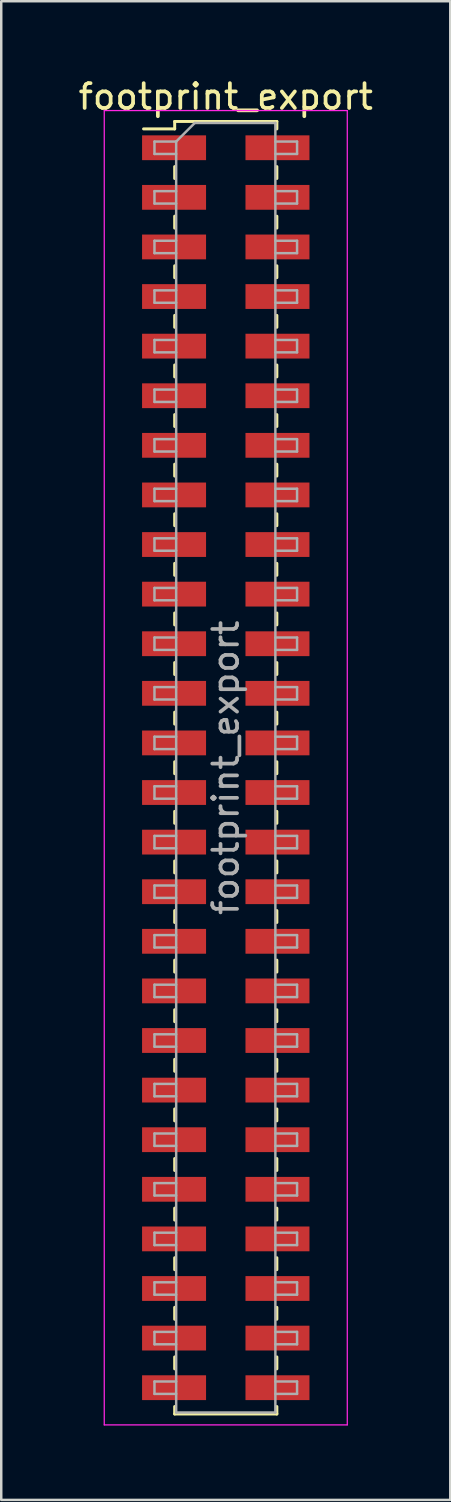
<source format=kicad_pcb>
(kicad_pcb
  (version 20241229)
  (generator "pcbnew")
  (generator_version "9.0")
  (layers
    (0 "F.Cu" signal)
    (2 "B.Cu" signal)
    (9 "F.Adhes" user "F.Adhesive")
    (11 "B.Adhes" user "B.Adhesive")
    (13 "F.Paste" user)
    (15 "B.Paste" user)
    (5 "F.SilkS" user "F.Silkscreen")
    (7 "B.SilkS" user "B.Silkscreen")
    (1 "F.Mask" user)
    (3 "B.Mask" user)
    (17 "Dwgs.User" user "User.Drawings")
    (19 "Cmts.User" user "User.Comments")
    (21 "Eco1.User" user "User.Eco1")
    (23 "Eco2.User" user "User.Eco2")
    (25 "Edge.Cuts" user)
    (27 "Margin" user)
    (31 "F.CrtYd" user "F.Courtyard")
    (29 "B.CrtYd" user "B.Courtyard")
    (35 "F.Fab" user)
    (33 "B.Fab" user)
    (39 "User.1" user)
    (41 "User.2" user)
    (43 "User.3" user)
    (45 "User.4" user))
  (footprint "footprint_export"
    (layer "F.Cu")
    (at 6.054 27.908)
    (property "Reference" "footprint_export" (at 0 -27.06 0) (layer "F.SilkS") (effects (font (size 1 1) (thickness 0.15))))
    (attr smd)
    (fp_line (start -3.315 -25.76) (end -2.06 -25.76) (stroke (width 0.12) (type solid)) (layer "F.SilkS"))
    (fp_line (start -2.06 -26.06) (end -2.06 -25.76) (stroke (width 0.12) (type solid)) (layer "F.SilkS"))
    (fp_line (start -2.06 -26.06) (end 2.06 -26.06) (stroke (width 0.12) (type solid)) (layer "F.SilkS"))
    (fp_line (start -2.06 -24.24) (end -2.06 -23.76) (stroke (width 0.12) (type solid)) (layer "F.SilkS"))
    (fp_line (start -2.06 -22.24) (end -2.06 -21.76) (stroke (width 0.12) (type solid)) (layer "F.SilkS"))
    (fp_line (start -2.06 -20.24) (end -2.06 -19.76) (stroke (width 0.12) (type solid)) (layer "F.SilkS"))
    (fp_line (start -2.06 -18.24) (end -2.06 -17.76) (stroke (width 0.12) (type solid)) (layer "F.SilkS"))
    (fp_line (start -2.06 -16.24) (end -2.06 -15.76) (stroke (width 0.12) (type solid)) (layer "F.SilkS"))
    (fp_line (start -2.06 -14.24) (end -2.06 -13.76) (stroke (width 0.12) (type solid)) (layer "F.SilkS"))
    (fp_line (start -2.06 -12.24) (end -2.06 -11.76) (stroke (width 0.12) (type solid)) (layer "F.SilkS"))
    (fp_line (start -2.06 -10.24) (end -2.06 -9.76) (stroke (width 0.12) (type solid)) (layer "F.SilkS"))
    (fp_line (start -2.06 -8.24) (end -2.06 -7.76) (stroke (width 0.12) (type solid)) (layer "F.SilkS"))
    (fp_line (start -2.06 -6.24) (end -2.06 -5.76) (stroke (width 0.12) (type solid)) (layer "F.SilkS"))
    (fp_line (start -2.06 -4.24) (end -2.06 -3.76) (stroke (width 0.12) (type solid)) (layer "F.SilkS"))
    (fp_line (start -2.06 -2.24) (end -2.06 -1.76) (stroke (width 0.12) (type solid)) (layer "F.SilkS"))
    (fp_line (start -2.06 -0.24) (end -2.06 0.24) (stroke (width 0.12) (type solid)) (layer "F.SilkS"))
    (fp_line (start -2.06 1.76) (end -2.06 2.24) (stroke (width 0.12) (type solid)) (layer "F.SilkS"))
    (fp_line (start -2.06 3.76) (end -2.06 4.24) (stroke (width 0.12) (type solid)) (layer "F.SilkS"))
    (fp_line (start -2.06 5.76) (end -2.06 6.24) (stroke (width 0.12) (type solid)) (layer "F.SilkS"))
    (fp_line (start -2.06 7.76) (end -2.06 8.24) (stroke (width 0.12) (type solid)) (layer "F.SilkS"))
    (fp_line (start -2.06 9.76) (end -2.06 10.24) (stroke (width 0.12) (type solid)) (layer "F.SilkS"))
    (fp_line (start -2.06 11.76) (end -2.06 12.24) (stroke (width 0.12) (type solid)) (layer "F.SilkS"))
    (fp_line (start -2.06 13.76) (end -2.06 14.24) (stroke (width 0.12) (type solid)) (layer "F.SilkS"))
    (fp_line (start -2.06 15.76) (end -2.06 16.24) (stroke (width 0.12) (type solid)) (layer "F.SilkS"))
    (fp_line (start -2.06 17.76) (end -2.06 18.24) (stroke (width 0.12) (type solid)) (layer "F.SilkS"))
    (fp_line (start -2.06 19.76) (end -2.06 20.24) (stroke (width 0.12) (type solid)) (layer "F.SilkS"))
    (fp_line (start -2.06 21.76) (end -2.06 22.24) (stroke (width 0.12) (type solid)) (layer "F.SilkS"))
    (fp_line (start -2.06 23.76) (end -2.06 24.24) (stroke (width 0.12) (type solid)) (layer "F.SilkS"))
    (fp_line (start -2.06 25.76) (end -2.06 26.06) (stroke (width 0.12) (type solid)) (layer "F.SilkS"))
    (fp_line (start -2.06 26.06) (end 2.06 26.06) (stroke (width 0.12) (type solid)) (layer "F.SilkS"))
    (fp_line (start 2.06 -26.06) (end 2.06 -25.76) (stroke (width 0.12) (type solid)) (layer "F.SilkS"))
    (fp_line (start 2.06 -24.24) (end 2.06 -23.76) (stroke (width 0.12) (type solid)) (layer "F.SilkS"))
    (fp_line (start 2.06 -22.24) (end 2.06 -21.76) (stroke (width 0.12) (type solid)) (layer "F.SilkS"))
    (fp_line (start 2.06 -20.24) (end 2.06 -19.76) (stroke (width 0.12) (type solid)) (layer "F.SilkS"))
    (fp_line (start 2.06 -18.24) (end 2.06 -17.76) (stroke (width 0.12) (type solid)) (layer "F.SilkS"))
    (fp_line (start 2.06 -16.24) (end 2.06 -15.76) (stroke (width 0.12) (type solid)) (layer "F.SilkS"))
    (fp_line (start 2.06 -14.24) (end 2.06 -13.76) (stroke (width 0.12) (type solid)) (layer "F.SilkS"))
    (fp_line (start 2.06 -12.24) (end 2.06 -11.76) (stroke (width 0.12) (type solid)) (layer "F.SilkS"))
    (fp_line (start 2.06 -10.24) (end 2.06 -9.76) (stroke (width 0.12) (type solid)) (layer "F.SilkS"))
    (fp_line (start 2.06 -8.24) (end 2.06 -7.76) (stroke (width 0.12) (type solid)) (layer "F.SilkS"))
    (fp_line (start 2.06 -6.24) (end 2.06 -5.76) (stroke (width 0.12) (type solid)) (layer "F.SilkS"))
    (fp_line (start 2.06 -4.24) (end 2.06 -3.76) (stroke (width 0.12) (type solid)) (layer "F.SilkS"))
    (fp_line (start 2.06 -2.24) (end 2.06 -1.76) (stroke (width 0.12) (type solid)) (layer "F.SilkS"))
    (fp_line (start 2.06 -0.24) (end 2.06 0.24) (stroke (width 0.12) (type solid)) (layer "F.SilkS"))
    (fp_line (start 2.06 1.76) (end 2.06 2.24) (stroke (width 0.12) (type solid)) (layer "F.SilkS"))
    (fp_line (start 2.06 3.76) (end 2.06 4.24) (stroke (width 0.12) (type solid)) (layer "F.SilkS"))
    (fp_line (start 2.06 5.76) (end 2.06 6.24) (stroke (width 0.12) (type solid)) (layer "F.SilkS"))
    (fp_line (start 2.06 7.76) (end 2.06 8.24) (stroke (width 0.12) (type solid)) (layer "F.SilkS"))
    (fp_line (start 2.06 9.76) (end 2.06 10.24) (stroke (width 0.12) (type solid)) (layer "F.SilkS"))
    (fp_line (start 2.06 11.76) (end 2.06 12.24) (stroke (width 0.12) (type solid)) (layer "F.SilkS"))
    (fp_line (start 2.06 13.76) (end 2.06 14.24) (stroke (width 0.12) (type solid)) (layer "F.SilkS"))
    (fp_line (start 2.06 15.76) (end 2.06 16.24) (stroke (width 0.12) (type solid)) (layer "F.SilkS"))
    (fp_line (start 2.06 17.76) (end 2.06 18.24) (stroke (width 0.12) (type solid)) (layer "F.SilkS"))
    (fp_line (start 2.06 19.76) (end 2.06 20.24) (stroke (width 0.12) (type solid)) (layer "F.SilkS"))
    (fp_line (start 2.06 21.76) (end 2.06 22.24) (stroke (width 0.12) (type solid)) (layer "F.SilkS"))
    (fp_line (start 2.06 23.76) (end 2.06 24.24) (stroke (width 0.12) (type solid)) (layer "F.SilkS"))
    (fp_line (start 2.06 25.76) (end 2.06 26.06) (stroke (width 0.12) (type solid)) (layer "F.SilkS"))
    (fp_line (start -4.9 -26.5) (end -4.9 26.5) (stroke (width 0.05) (type solid)) (layer "F.CrtYd"))
    (fp_line (start -4.9 26.5) (end 4.9 26.5) (stroke (width 0.05) (type solid)) (layer "F.CrtYd"))
    (fp_line (start 4.9 -26.5) (end -4.9 -26.5) (stroke (width 0.05) (type solid)) (layer "F.CrtYd"))
    (fp_line (start 4.9 26.5) (end 4.9 -26.5) (stroke (width 0.05) (type solid)) (layer "F.CrtYd"))
    (fp_line (start -2.875 -25.25) (end -2.875 -24.75) (stroke (width 0.1) (type solid)) (layer "F.Fab"))
    (fp_line (start -2.875 -24.75) (end -2 -24.75) (stroke (width 0.1) (type solid)) (layer "F.Fab"))
    (fp_line (start -2.875 -23.25) (end -2.875 -22.75) (stroke (width 0.1) (type solid)) (layer "F.Fab"))
    (fp_line (start -2.875 -22.75) (end -2 -22.75) (stroke (width 0.1) (type solid)) (layer "F.Fab"))
    (fp_line (start -2.875 -21.25) (end -2.875 -20.75) (stroke (width 0.1) (type solid)) (layer "F.Fab"))
    (fp_line (start -2.875 -20.75) (end -2 -20.75) (stroke (width 0.1) (type solid)) (layer "F.Fab"))
    (fp_line (start -2.875 -19.25) (end -2.875 -18.75) (stroke (width 0.1) (type solid)) (layer "F.Fab"))
    (fp_line (start -2.875 -18.75) (end -2 -18.75) (stroke (width 0.1) (type solid)) (layer "F.Fab"))
    (fp_line (start -2.875 -17.25) (end -2.875 -16.75) (stroke (width 0.1) (type solid)) (layer "F.Fab"))
    (fp_line (start -2.875 -16.75) (end -2 -16.75) (stroke (width 0.1) (type solid)) (layer "F.Fab"))
    (fp_line (start -2.875 -15.25) (end -2.875 -14.75) (stroke (width 0.1) (type solid)) (layer "F.Fab"))
    (fp_line (start -2.875 -14.75) (end -2 -14.75) (stroke (width 0.1) (type solid)) (layer "F.Fab"))
    (fp_line (start -2.875 -13.25) (end -2.875 -12.75) (stroke (width 0.1) (type solid)) (layer "F.Fab"))
    (fp_line (start -2.875 -12.75) (end -2 -12.75) (stroke (width 0.1) (type solid)) (layer "F.Fab"))
    (fp_line (start -2.875 -11.25) (end -2.875 -10.75) (stroke (width 0.1) (type solid)) (layer "F.Fab"))
    (fp_line (start -2.875 -10.75) (end -2 -10.75) (stroke (width 0.1) (type solid)) (layer "F.Fab"))
    (fp_line (start -2.875 -9.25) (end -2.875 -8.75) (stroke (width 0.1) (type solid)) (layer "F.Fab"))
    (fp_line (start -2.875 -8.75) (end -2 -8.75) (stroke (width 0.1) (type solid)) (layer "F.Fab"))
    (fp_line (start -2.875 -7.25) (end -2.875 -6.75) (stroke (width 0.1) (type solid)) (layer "F.Fab"))
    (fp_line (start -2.875 -6.75) (end -2 -6.75) (stroke (width 0.1) (type solid)) (layer "F.Fab"))
    (fp_line (start -2.875 -5.25) (end -2.875 -4.75) (stroke (width 0.1) (type solid)) (layer "F.Fab"))
    (fp_line (start -2.875 -4.75) (end -2 -4.75) (stroke (width 0.1) (type solid)) (layer "F.Fab"))
    (fp_line (start -2.875 -3.25) (end -2.875 -2.75) (stroke (width 0.1) (type solid)) (layer "F.Fab"))
    (fp_line (start -2.875 -2.75) (end -2 -2.75) (stroke (width 0.1) (type solid)) (layer "F.Fab"))
    (fp_line (start -2.875 -1.25) (end -2.875 -0.75) (stroke (width 0.1) (type solid)) (layer "F.Fab"))
    (fp_line (start -2.875 -0.75) (end -2 -0.75) (stroke (width 0.1) (type solid)) (layer "F.Fab"))
    (fp_line (start -2.875 0.75) (end -2.875 1.25) (stroke (width 0.1) (type solid)) (layer "F.Fab"))
    (fp_line (start -2.875 1.25) (end -2 1.25) (stroke (width 0.1) (type solid)) (layer "F.Fab"))
    (fp_line (start -2.875 2.75) (end -2.875 3.25) (stroke (width 0.1) (type solid)) (layer "F.Fab"))
    (fp_line (start -2.875 3.25) (end -2 3.25) (stroke (width 0.1) (type solid)) (layer "F.Fab"))
    (fp_line (start -2.875 4.75) (end -2.875 5.25) (stroke (width 0.1) (type solid)) (layer "F.Fab"))
    (fp_line (start -2.875 5.25) (end -2 5.25) (stroke (width 0.1) (type solid)) (layer "F.Fab"))
    (fp_line (start -2.875 6.75) (end -2.875 7.25) (stroke (width 0.1) (type solid)) (layer "F.Fab"))
    (fp_line (start -2.875 7.25) (end -2 7.25) (stroke (width 0.1) (type solid)) (layer "F.Fab"))
    (fp_line (start -2.875 8.75) (end -2.875 9.25) (stroke (width 0.1) (type solid)) (layer "F.Fab"))
    (fp_line (start -2.875 9.25) (end -2 9.25) (stroke (width 0.1) (type solid)) (layer "F.Fab"))
    (fp_line (start -2.875 10.75) (end -2.875 11.25) (stroke (width 0.1) (type solid)) (layer "F.Fab"))
    (fp_line (start -2.875 11.25) (end -2 11.25) (stroke (width 0.1) (type solid)) (layer "F.Fab"))
    (fp_line (start -2.875 12.75) (end -2.875 13.25) (stroke (width 0.1) (type solid)) (layer "F.Fab"))
    (fp_line (start -2.875 13.25) (end -2 13.25) (stroke (width 0.1) (type solid)) (layer "F.Fab"))
    (fp_line (start -2.875 14.75) (end -2.875 15.25) (stroke (width 0.1) (type solid)) (layer "F.Fab"))
    (fp_line (start -2.875 15.25) (end -2 15.25) (stroke (width 0.1) (type solid)) (layer "F.Fab"))
    (fp_line (start -2.875 16.75) (end -2.875 17.25) (stroke (width 0.1) (type solid)) (layer "F.Fab"))
    (fp_line (start -2.875 17.25) (end -2 17.25) (stroke (width 0.1) (type solid)) (layer "F.Fab"))
    (fp_line (start -2.875 18.75) (end -2.875 19.25) (stroke (width 0.1) (type solid)) (layer "F.Fab"))
    (fp_line (start -2.875 19.25) (end -2 19.25) (stroke (width 0.1) (type solid)) (layer "F.Fab"))
    (fp_line (start -2.875 20.75) (end -2.875 21.25) (stroke (width 0.1) (type solid)) (layer "F.Fab"))
    (fp_line (start -2.875 21.25) (end -2 21.25) (stroke (width 0.1) (type solid)) (layer "F.Fab"))
    (fp_line (start -2.875 22.75) (end -2.875 23.25) (stroke (width 0.1) (type solid)) (layer "F.Fab"))
    (fp_line (start -2.875 23.25) (end -2 23.25) (stroke (width 0.1) (type solid)) (layer "F.Fab"))
    (fp_line (start -2.875 24.75) (end -2.875 25.25) (stroke (width 0.1) (type solid)) (layer "F.Fab"))
    (fp_line (start -2.875 25.25) (end -2 25.25) (stroke (width 0.1) (type solid)) (layer "F.Fab"))
    (fp_line (start -2 -25.25) (end -2.875 -25.25) (stroke (width 0.1) (type solid)) (layer "F.Fab"))
    (fp_line (start -2 -25.25) (end -1.25 -26) (stroke (width 0.1) (type solid)) (layer "F.Fab"))
    (fp_line (start -2 -23.25) (end -2.875 -23.25) (stroke (width 0.1) (type solid)) (layer "F.Fab"))
    (fp_line (start -2 -21.25) (end -2.875 -21.25) (stroke (width 0.1) (type solid)) (layer "F.Fab"))
    (fp_line (start -2 -19.25) (end -2.875 -19.25) (stroke (width 0.1) (type solid)) (layer "F.Fab"))
    (fp_line (start -2 -17.25) (end -2.875 -17.25) (stroke (width 0.1) (type solid)) (layer "F.Fab"))
    (fp_line (start -2 -15.25) (end -2.875 -15.25) (stroke (width 0.1) (type solid)) (layer "F.Fab"))
    (fp_line (start -2 -13.25) (end -2.875 -13.25) (stroke (width 0.1) (type solid)) (layer "F.Fab"))
    (fp_line (start -2 -11.25) (end -2.875 -11.25) (stroke (width 0.1) (type solid)) (layer "F.Fab"))
    (fp_line (start -2 -9.25) (end -2.875 -9.25) (stroke (width 0.1) (type solid)) (layer "F.Fab"))
    (fp_line (start -2 -7.25) (end -2.875 -7.25) (stroke (width 0.1) (type solid)) (layer "F.Fab"))
    (fp_line (start -2 -5.25) (end -2.875 -5.25) (stroke (width 0.1) (type solid)) (layer "F.Fab"))
    (fp_line (start -2 -3.25) (end -2.875 -3.25) (stroke (width 0.1) (type solid)) (layer "F.Fab"))
    (fp_line (start -2 -1.25) (end -2.875 -1.25) (stroke (width 0.1) (type solid)) (layer "F.Fab"))
    (fp_line (start -2 0.75) (end -2.875 0.75) (stroke (width 0.1) (type solid)) (layer "F.Fab"))
    (fp_line (start -2 2.75) (end -2.875 2.75) (stroke (width 0.1) (type solid)) (layer "F.Fab"))
    (fp_line (start -2 4.75) (end -2.875 4.75) (stroke (width 0.1) (type solid)) (layer "F.Fab"))
    (fp_line (start -2 6.75) (end -2.875 6.75) (stroke (width 0.1) (type solid)) (layer "F.Fab"))
    (fp_line (start -2 8.75) (end -2.875 8.75) (stroke (width 0.1) (type solid)) (layer "F.Fab"))
    (fp_line (start -2 10.75) (end -2.875 10.75) (stroke (width 0.1) (type solid)) (layer "F.Fab"))
    (fp_line (start -2 12.75) (end -2.875 12.75) (stroke (width 0.1) (type solid)) (layer "F.Fab"))
    (fp_line (start -2 14.75) (end -2.875 14.75) (stroke (width 0.1) (type solid)) (layer "F.Fab"))
    (fp_line (start -2 16.75) (end -2.875 16.75) (stroke (width 0.1) (type solid)) (layer "F.Fab"))
    (fp_line (start -2 18.75) (end -2.875 18.75) (stroke (width 0.1) (type solid)) (layer "F.Fab"))
    (fp_line (start -2 20.75) (end -2.875 20.75) (stroke (width 0.1) (type solid)) (layer "F.Fab"))
    (fp_line (start -2 22.75) (end -2.875 22.75) (stroke (width 0.1) (type solid)) (layer "F.Fab"))
    (fp_line (start -2 24.75) (end -2.875 24.75) (stroke (width 0.1) (type solid)) (layer "F.Fab"))
    (fp_line (start -2 26) (end -2 -25.25) (stroke (width 0.1) (type solid)) (layer "F.Fab"))
    (fp_line (start -1.25 -26) (end 2 -26) (stroke (width 0.1) (type solid)) (layer "F.Fab"))
    (fp_line (start 2 -26) (end 2 26) (stroke (width 0.1) (type solid)) (layer "F.Fab"))
    (fp_line (start 2 -25.25) (end 2.875 -25.25) (stroke (width 0.1) (type solid)) (layer "F.Fab"))
    (fp_line (start 2 -23.25) (end 2.875 -23.25) (stroke (width 0.1) (type solid)) (layer "F.Fab"))
    (fp_line (start 2 -21.25) (end 2.875 -21.25) (stroke (width 0.1) (type solid)) (layer "F.Fab"))
    (fp_line (start 2 -19.25) (end 2.875 -19.25) (stroke (width 0.1) (type solid)) (layer "F.Fab"))
    (fp_line (start 2 -17.25) (end 2.875 -17.25) (stroke (width 0.1) (type solid)) (layer "F.Fab"))
    (fp_line (start 2 -15.25) (end 2.875 -15.25) (stroke (width 0.1) (type solid)) (layer "F.Fab"))
    (fp_line (start 2 -13.25) (end 2.875 -13.25) (stroke (width 0.1) (type solid)) (layer "F.Fab"))
    (fp_line (start 2 -11.25) (end 2.875 -11.25) (stroke (width 0.1) (type solid)) (layer "F.Fab"))
    (fp_line (start 2 -9.25) (end 2.875 -9.25) (stroke (width 0.1) (type solid)) (layer "F.Fab"))
    (fp_line (start 2 -7.25) (end 2.875 -7.25) (stroke (width 0.1) (type solid)) (layer "F.Fab"))
    (fp_line (start 2 -5.25) (end 2.875 -5.25) (stroke (width 0.1) (type solid)) (layer "F.Fab"))
    (fp_line (start 2 -3.25) (end 2.875 -3.25) (stroke (width 0.1) (type solid)) (layer "F.Fab"))
    (fp_line (start 2 -1.25) (end 2.875 -1.25) (stroke (width 0.1) (type solid)) (layer "F.Fab"))
    (fp_line (start 2 0.75) (end 2.875 0.75) (stroke (width 0.1) (type solid)) (layer "F.Fab"))
    (fp_line (start 2 2.75) (end 2.875 2.75) (stroke (width 0.1) (type solid)) (layer "F.Fab"))
    (fp_line (start 2 4.75) (end 2.875 4.75) (stroke (width 0.1) (type solid)) (layer "F.Fab"))
    (fp_line (start 2 6.75) (end 2.875 6.75) (stroke (width 0.1) (type solid)) (layer "F.Fab"))
    (fp_line (start 2 8.75) (end 2.875 8.75) (stroke (width 0.1) (type solid)) (layer "F.Fab"))
    (fp_line (start 2 10.75) (end 2.875 10.75) (stroke (width 0.1) (type solid)) (layer "F.Fab"))
    (fp_line (start 2 12.75) (end 2.875 12.75) (stroke (width 0.1) (type solid)) (layer "F.Fab"))
    (fp_line (start 2 14.75) (end 2.875 14.75) (stroke (width 0.1) (type solid)) (layer "F.Fab"))
    (fp_line (start 2 16.75) (end 2.875 16.75) (stroke (width 0.1) (type solid)) (layer "F.Fab"))
    (fp_line (start 2 18.75) (end 2.875 18.75) (stroke (width 0.1) (type solid)) (layer "F.Fab"))
    (fp_line (start 2 20.75) (end 2.875 20.75) (stroke (width 0.1) (type solid)) (layer "F.Fab"))
    (fp_line (start 2 22.75) (end 2.875 22.75) (stroke (width 0.1) (type solid)) (layer "F.Fab"))
    (fp_line (start 2 24.75) (end 2.875 24.75) (stroke (width 0.1) (type solid)) (layer "F.Fab"))
    (fp_line (start 2 26) (end -2 26) (stroke (width 0.1) (type solid)) (layer "F.Fab"))
    (fp_line (start 2.875 -25.25) (end 2.875 -24.75) (stroke (width 0.1) (type solid)) (layer "F.Fab"))
    (fp_line (start 2.875 -24.75) (end 2 -24.75) (stroke (width 0.1) (type solid)) (layer "F.Fab"))
    (fp_line (start 2.875 -23.25) (end 2.875 -22.75) (stroke (width 0.1) (type solid)) (layer "F.Fab"))
    (fp_line (start 2.875 -22.75) (end 2 -22.75) (stroke (width 0.1) (type solid)) (layer "F.Fab"))
    (fp_line (start 2.875 -21.25) (end 2.875 -20.75) (stroke (width 0.1) (type solid)) (layer "F.Fab"))
    (fp_line (start 2.875 -20.75) (end 2 -20.75) (stroke (width 0.1) (type solid)) (layer "F.Fab"))
    (fp_line (start 2.875 -19.25) (end 2.875 -18.75) (stroke (width 0.1) (type solid)) (layer "F.Fab"))
    (fp_line (start 2.875 -18.75) (end 2 -18.75) (stroke (width 0.1) (type solid)) (layer "F.Fab"))
    (fp_line (start 2.875 -17.25) (end 2.875 -16.75) (stroke (width 0.1) (type solid)) (layer "F.Fab"))
    (fp_line (start 2.875 -16.75) (end 2 -16.75) (stroke (width 0.1) (type solid)) (layer "F.Fab"))
    (fp_line (start 2.875 -15.25) (end 2.875 -14.75) (stroke (width 0.1) (type solid)) (layer "F.Fab"))
    (fp_line (start 2.875 -14.75) (end 2 -14.75) (stroke (width 0.1) (type solid)) (layer "F.Fab"))
    (fp_line (start 2.875 -13.25) (end 2.875 -12.75) (stroke (width 0.1) (type solid)) (layer "F.Fab"))
    (fp_line (start 2.875 -12.75) (end 2 -12.75) (stroke (width 0.1) (type solid)) (layer "F.Fab"))
    (fp_line (start 2.875 -11.25) (end 2.875 -10.75) (stroke (width 0.1) (type solid)) (layer "F.Fab"))
    (fp_line (start 2.875 -10.75) (end 2 -10.75) (stroke (width 0.1) (type solid)) (layer "F.Fab"))
    (fp_line (start 2.875 -9.25) (end 2.875 -8.75) (stroke (width 0.1) (type solid)) (layer "F.Fab"))
    (fp_line (start 2.875 -8.75) (end 2 -8.75) (stroke (width 0.1) (type solid)) (layer "F.Fab"))
    (fp_line (start 2.875 -7.25) (end 2.875 -6.75) (stroke (width 0.1) (type solid)) (layer "F.Fab"))
    (fp_line (start 2.875 -6.75) (end 2 -6.75) (stroke (width 0.1) (type solid)) (layer "F.Fab"))
    (fp_line (start 2.875 -5.25) (end 2.875 -4.75) (stroke (width 0.1) (type solid)) (layer "F.Fab"))
    (fp_line (start 2.875 -4.75) (end 2 -4.75) (stroke (width 0.1) (type solid)) (layer "F.Fab"))
    (fp_line (start 2.875 -3.25) (end 2.875 -2.75) (stroke (width 0.1) (type solid)) (layer "F.Fab"))
    (fp_line (start 2.875 -2.75) (end 2 -2.75) (stroke (width 0.1) (type solid)) (layer "F.Fab"))
    (fp_line (start 2.875 -1.25) (end 2.875 -0.75) (stroke (width 0.1) (type solid)) (layer "F.Fab"))
    (fp_line (start 2.875 -0.75) (end 2 -0.75) (stroke (width 0.1) (type solid)) (layer "F.Fab"))
    (fp_line (start 2.875 0.75) (end 2.875 1.25) (stroke (width 0.1) (type solid)) (layer "F.Fab"))
    (fp_line (start 2.875 1.25) (end 2 1.25) (stroke (width 0.1) (type solid)) (layer "F.Fab"))
    (fp_line (start 2.875 2.75) (end 2.875 3.25) (stroke (width 0.1) (type solid)) (layer "F.Fab"))
    (fp_line (start 2.875 3.25) (end 2 3.25) (stroke (width 0.1) (type solid)) (layer "F.Fab"))
    (fp_line (start 2.875 4.75) (end 2.875 5.25) (stroke (width 0.1) (type solid)) (layer "F.Fab"))
    (fp_line (start 2.875 5.25) (end 2 5.25) (stroke (width 0.1) (type solid)) (layer "F.Fab"))
    (fp_line (start 2.875 6.75) (end 2.875 7.25) (stroke (width 0.1) (type solid)) (layer "F.Fab"))
    (fp_line (start 2.875 7.25) (end 2 7.25) (stroke (width 0.1) (type solid)) (layer "F.Fab"))
    (fp_line (start 2.875 8.75) (end 2.875 9.25) (stroke (width 0.1) (type solid)) (layer "F.Fab"))
    (fp_line (start 2.875 9.25) (end 2 9.25) (stroke (width 0.1) (type solid)) (layer "F.Fab"))
    (fp_line (start 2.875 10.75) (end 2.875 11.25) (stroke (width 0.1) (type solid)) (layer "F.Fab"))
    (fp_line (start 2.875 11.25) (end 2 11.25) (stroke (width 0.1) (type solid)) (layer "F.Fab"))
    (fp_line (start 2.875 12.75) (end 2.875 13.25) (stroke (width 0.1) (type solid)) (layer "F.Fab"))
    (fp_line (start 2.875 13.25) (end 2 13.25) (stroke (width 0.1) (type solid)) (layer "F.Fab"))
    (fp_line (start 2.875 14.75) (end 2.875 15.25) (stroke (width 0.1) (type solid)) (layer "F.Fab"))
    (fp_line (start 2.875 15.25) (end 2 15.25) (stroke (width 0.1) (type solid)) (layer "F.Fab"))
    (fp_line (start 2.875 16.75) (end 2.875 17.25) (stroke (width 0.1) (type solid)) (layer "F.Fab"))
    (fp_line (start 2.875 17.25) (end 2 17.25) (stroke (width 0.1) (type solid)) (layer "F.Fab"))
    (fp_line (start 2.875 18.75) (end 2.875 19.25) (stroke (width 0.1) (type solid)) (layer "F.Fab"))
    (fp_line (start 2.875 19.25) (end 2 19.25) (stroke (width 0.1) (type solid)) (layer "F.Fab"))
    (fp_line (start 2.875 20.75) (end 2.875 21.25) (stroke (width 0.1) (type solid)) (layer "F.Fab"))
    (fp_line (start 2.875 21.25) (end 2 21.25) (stroke (width 0.1) (type solid)) (layer "F.Fab"))
    (fp_line (start 2.875 22.75) (end 2.875 23.25) (stroke (width 0.1) (type solid)) (layer "F.Fab"))
    (fp_line (start 2.875 23.25) (end 2 23.25) (stroke (width 0.1) (type solid)) (layer "F.Fab"))
    (fp_line (start 2.875 24.75) (end 2.875 25.25) (stroke (width 0.1) (type solid)) (layer "F.Fab"))
    (fp_line (start 2.875 25.25) (end 2 25.25) (stroke (width 0.1) (type solid)) (layer "F.Fab"))
    (fp_text user "${REFERENCE}" (at 0 0 90) (layer "F.Fab") (effects (font (size 1 1) (thickness 0.15))))
    (pad "1" smd rect (at -2.085 -25) (size 2.58 1) (layers "F.Cu" "F.Mask" "F.Paste"))
    (pad "2" smd rect (at 2.085 -25) (size 2.58 1) (layers "F.Cu" "F.Mask" "F.Paste"))
    (pad "3" smd rect (at -2.085 -23) (size 2.58 1) (layers "F.Cu" "F.Mask" "F.Paste"))
    (pad "4" smd rect (at 2.085 -23) (size 2.58 1) (layers "F.Cu" "F.Mask" "F.Paste"))
    (pad "5" smd rect (at -2.085 -21) (size 2.58 1) (layers "F.Cu" "F.Mask" "F.Paste"))
    (pad "6" smd rect (at 2.085 -21) (size 2.58 1) (layers "F.Cu" "F.Mask" "F.Paste"))
    (pad "7" smd rect (at -2.085 -19) (size 2.58 1) (layers "F.Cu" "F.Mask" "F.Paste"))
    (pad "8" smd rect (at 2.085 -19) (size 2.58 1) (layers "F.Cu" "F.Mask" "F.Paste"))
    (pad "9" smd rect (at -2.085 -17) (size 2.58 1) (layers "F.Cu" "F.Mask" "F.Paste"))
    (pad "10" smd rect (at 2.085 -17) (size 2.58 1) (layers "F.Cu" "F.Mask" "F.Paste"))
    (pad "11" smd rect (at -2.085 -15) (size 2.58 1) (layers "F.Cu" "F.Mask" "F.Paste"))
    (pad "12" smd rect (at 2.085 -15) (size 2.58 1) (layers "F.Cu" "F.Mask" "F.Paste"))
    (pad "13" smd rect (at -2.085 -13) (size 2.58 1) (layers "F.Cu" "F.Mask" "F.Paste"))
    (pad "14" smd rect (at 2.085 -13) (size 2.58 1) (layers "F.Cu" "F.Mask" "F.Paste"))
    (pad "15" smd rect (at -2.085 -11) (size 2.58 1) (layers "F.Cu" "F.Mask" "F.Paste"))
    (pad "16" smd rect (at 2.085 -11) (size 2.58 1) (layers "F.Cu" "F.Mask" "F.Paste"))
    (pad "17" smd rect (at -2.085 -9) (size 2.58 1) (layers "F.Cu" "F.Mask" "F.Paste"))
    (pad "18" smd rect (at 2.085 -9) (size 2.58 1) (layers "F.Cu" "F.Mask" "F.Paste"))
    (pad "19" smd rect (at -2.085 -7) (size 2.58 1) (layers "F.Cu" "F.Mask" "F.Paste"))
    (pad "20" smd rect (at 2.085 -7) (size 2.58 1) (layers "F.Cu" "F.Mask" "F.Paste"))
    (pad "21" smd rect (at -2.085 -5) (size 2.58 1) (layers "F.Cu" "F.Mask" "F.Paste"))
    (pad "22" smd rect (at 2.085 -5) (size 2.58 1) (layers "F.Cu" "F.Mask" "F.Paste"))
    (pad "23" smd rect (at -2.085 -3) (size 2.58 1) (layers "F.Cu" "F.Mask" "F.Paste"))
    (pad "24" smd rect (at 2.085 -3) (size 2.58 1) (layers "F.Cu" "F.Mask" "F.Paste"))
    (pad "25" smd rect (at -2.085 -1) (size 2.58 1) (layers "F.Cu" "F.Mask" "F.Paste"))
    (pad "26" smd rect (at 2.085 -1) (size 2.58 1) (layers "F.Cu" "F.Mask" "F.Paste"))
    (pad "27" smd rect (at -2.085 1) (size 2.58 1) (layers "F.Cu" "F.Mask" "F.Paste"))
    (pad "28" smd rect (at 2.085 1) (size 2.58 1) (layers "F.Cu" "F.Mask" "F.Paste"))
    (pad "29" smd rect (at -2.085 3) (size 2.58 1) (layers "F.Cu" "F.Mask" "F.Paste"))
    (pad "30" smd rect (at 2.085 3) (size 2.58 1) (layers "F.Cu" "F.Mask" "F.Paste"))
    (pad "31" smd rect (at -2.085 5) (size 2.58 1) (layers "F.Cu" "F.Mask" "F.Paste"))
    (pad "32" smd rect (at 2.085 5) (size 2.58 1) (layers "F.Cu" "F.Mask" "F.Paste"))
    (pad "33" smd rect (at -2.085 7) (size 2.58 1) (layers "F.Cu" "F.Mask" "F.Paste"))
    (pad "34" smd rect (at 2.085 7) (size 2.58 1) (layers "F.Cu" "F.Mask" "F.Paste"))
    (pad "35" smd rect (at -2.085 9) (size 2.58 1) (layers "F.Cu" "F.Mask" "F.Paste"))
    (pad "36" smd rect (at 2.085 9) (size 2.58 1) (layers "F.Cu" "F.Mask" "F.Paste"))
    (pad "37" smd rect (at -2.085 11) (size 2.58 1) (layers "F.Cu" "F.Mask" "F.Paste"))
    (pad "38" smd rect (at 2.085 11) (size 2.58 1) (layers "F.Cu" "F.Mask" "F.Paste"))
    (pad "39" smd rect (at -2.085 13) (size 2.58 1) (layers "F.Cu" "F.Mask" "F.Paste"))
    (pad "40" smd rect (at 2.085 13) (size 2.58 1) (layers "F.Cu" "F.Mask" "F.Paste"))
    (pad "41" smd rect (at -2.085 15) (size 2.58 1) (layers "F.Cu" "F.Mask" "F.Paste"))
    (pad "42" smd rect (at 2.085 15) (size 2.58 1) (layers "F.Cu" "F.Mask" "F.Paste"))
    (pad "43" smd rect (at -2.085 17) (size 2.58 1) (layers "F.Cu" "F.Mask" "F.Paste"))
    (pad "44" smd rect (at 2.085 17) (size 2.58 1) (layers "F.Cu" "F.Mask" "F.Paste"))
    (pad "45" smd rect (at -2.085 19) (size 2.58 1) (layers "F.Cu" "F.Mask" "F.Paste"))
    (pad "46" smd rect (at 2.085 19) (size 2.58 1) (layers "F.Cu" "F.Mask" "F.Paste"))
    (pad "47" smd rect (at -2.085 21) (size 2.58 1) (layers "F.Cu" "F.Mask" "F.Paste"))
    (pad "48" smd rect (at 2.085 21) (size 2.58 1) (layers "F.Cu" "F.Mask" "F.Paste"))
    (pad "49" smd rect (at -2.085 23) (size 2.58 1) (layers "F.Cu" "F.Mask" "F.Paste"))
    (pad "50" smd rect (at 2.085 23) (size 2.58 1) (layers "F.Cu" "F.Mask" "F.Paste"))
    (pad "51" smd rect (at -2.085 25) (size 2.58 1) (layers "F.Cu" "F.Mask" "F.Paste"))
    (pad "52" smd rect (at 2.085 25) (size 2.58 1) (layers "F.Cu" "F.Mask" "F.Paste")))
  (gr_rect
    (start -3 -3)
    (end 15.107 57.433)
    (stroke (width 0.1) (type default))
    (fill no)
    (layer "Edge.Cuts")))
</source>
